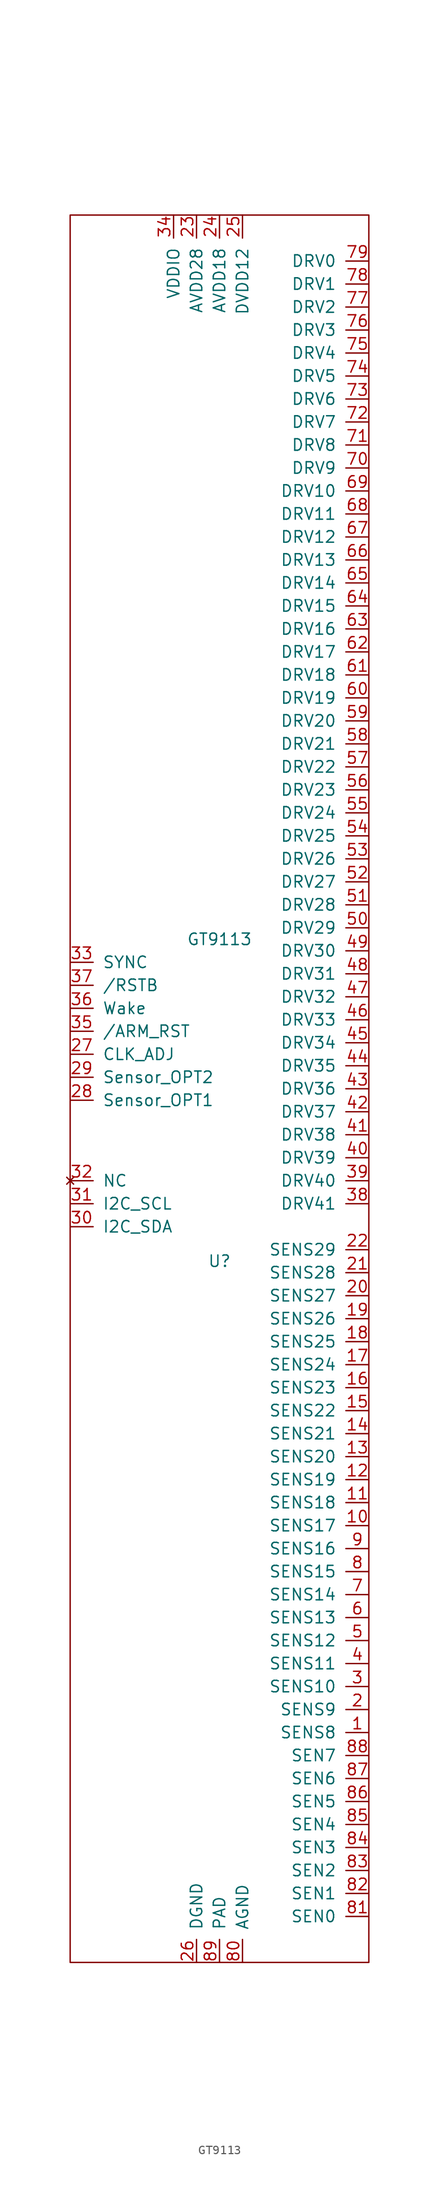
<source format=kicad_sym>
(kicad_symbol_lib
  (version 20211014)
  (generator kicad_symbol_editor)
  (symbol "GT9113"
    (pin_names
      (offset 1.016))
    (property "Reference" "U"
      (at 0 -19.05 0)
      (effects (font (size 1.27 1.27))))
    (property "Value" "GT9113"
      (at 0 16.51 0)
      (effects (font (size 1.27 1.27))))
    (symbol "GT9113_0_0"
      (pin input line (at 16.51 -71.12 180) (length 2.54) (name "SENS8" (effects (font (size 1.27 1.27)))) (number "1" (effects (font (size 1.27 1.27)))))
      (pin input line (at 16.51 -48.26 180) (length 2.54) (name "SENS17" (effects (font (size 1.27 1.27)))) (number "10" (effects (font (size 1.27 1.27)))))
      (pin input line (at 16.51 -45.72 180) (length 2.54) (name "SENS18" (effects (font (size 1.27 1.27)))) (number "11" (effects (font (size 1.27 1.27)))))
      (pin input line (at 16.51 -43.18 180) (length 2.54) (name "SENS19" (effects (font (size 1.27 1.27)))) (number "12" (effects (font (size 1.27 1.27)))))
      (pin input line (at 16.51 -40.64 180) (length 2.54) (name "SENS20" (effects (font (size 1.27 1.27)))) (number "13" (effects (font (size 1.27 1.27)))))
      (pin input line (at 16.51 -38.1 180) (length 2.54) (name "SENS21" (effects (font (size 1.27 1.27)))) (number "14" (effects (font (size 1.27 1.27)))))
      (pin input line (at 16.51 -35.56 180) (length 2.54) (name "SENS22" (effects (font (size 1.27 1.27)))) (number "15" (effects (font (size 1.27 1.27)))))
      (pin input line (at 16.51 -33.02 180) (length 2.54) (name "SENS23" (effects (font (size 1.27 1.27)))) (number "16" (effects (font (size 1.27 1.27)))))
      (pin input line (at 16.51 -30.48 180) (length 2.54) (name "SENS24" (effects (font (size 1.27 1.27)))) (number "17" (effects (font (size 1.27 1.27)))))
      (pin input line (at 16.51 -27.94 180) (length 2.54) (name "SENS25" (effects (font (size 1.27 1.27)))) (number "18" (effects (font (size 1.27 1.27)))))
      (pin input line (at 16.51 -25.4 180) (length 2.54) (name "SENS26" (effects (font (size 1.27 1.27)))) (number "19" (effects (font (size 1.27 1.27)))))
      (pin input line (at 16.51 -68.58 180) (length 2.54) (name "SENS9" (effects (font (size 1.27 1.27)))) (number "2" (effects (font (size 1.27 1.27)))))
      (pin input line (at 16.51 -22.86 180) (length 2.54) (name "SENS27" (effects (font (size 1.27 1.27)))) (number "20" (effects (font (size 1.27 1.27)))))
      (pin input line (at 16.51 -20.32 180) (length 2.54) (name "SENS28" (effects (font (size 1.27 1.27)))) (number "21" (effects (font (size 1.27 1.27)))))
      (pin input line (at 16.51 -17.78 180) (length 2.54) (name "SENS29" (effects (font (size 1.27 1.27)))) (number "22" (effects (font (size 1.27 1.27)))))
      (pin power_in line (at -2.54 96.52 270) (length 2.54) (name "AVDD28" (effects (font (size 1.27 1.27)))) (number "23" (effects (font (size 1.27 1.27)))))
      (pin power_out line (at 0 96.52 270) (length 2.54) (name "AVDD18" (effects (font (size 1.27 1.27)))) (number "24" (effects (font (size 1.27 1.27)))))
      (pin power_out line (at 2.54 96.52 270) (length 2.54) (name "DVDD12" (effects (font (size 1.27 1.27)))) (number "25" (effects (font (size 1.27 1.27)))))
      (pin power_in line (at -2.54 -96.52 90) (length 2.54) (name "DGND" (effects (font (size 1.27 1.27)))) (number "26" (effects (font (size 1.27 1.27)))))
      (pin input line (at -16.51 3.81 0) (length 2.54) (name "CLK_ADJ" (effects (font (size 1.27 1.27)))) (number "27" (effects (font (size 1.27 1.27)))))
      (pin input line (at -16.51 -1.27 0) (length 2.54) (name "Sensor_OPT1" (effects (font (size 1.27 1.27)))) (number "28" (effects (font (size 1.27 1.27)))))
      (pin input line (at -16.51 1.27 0) (length 2.54) (name "Sensor_OPT2" (effects (font (size 1.27 1.27)))) (number "29" (effects (font (size 1.27 1.27)))))
      (pin input line (at 16.51 -66.04 180) (length 2.54) (name "SENS10" (effects (font (size 1.27 1.27)))) (number "3" (effects (font (size 1.27 1.27)))))
      (pin open_collector line (at -16.51 -15.24 0) (length 2.54) (name "I2C_SDA" (effects (font (size 1.27 1.27)))) (number "30" (effects (font (size 1.27 1.27)))))
      (pin open_collector line (at -16.51 -12.7 0) (length 2.54) (name "I2C_SCL" (effects (font (size 1.27 1.27)))) (number "31" (effects (font (size 1.27 1.27)))))
      (pin no_connect line (at -16.51 -10.16 0) (length 2.54) (name "NC" (effects (font (size 1.27 1.27)))) (number "32" (effects (font (size 1.27 1.27)))))
      (pin output line (at -16.51 13.97 0) (length 2.54) (name "SYNC" (effects (font (size 1.27 1.27)))) (number "33" (effects (font (size 1.27 1.27)))))
      (pin power_in line (at -5.08 96.52 270) (length 2.54) (name "VDDIO" (effects (font (size 1.27 1.27)))) (number "34" (effects (font (size 1.27 1.27)))))
      (pin input line (at -16.51 6.35 0) (length 2.54) (name "/ARM_RST" (effects (font (size 1.27 1.27)))) (number "35" (effects (font (size 1.27 1.27)))))
      (pin input line (at -16.51 8.89 0) (length 2.54) (name "Wake" (effects (font (size 1.27 1.27)))) (number "36" (effects (font (size 1.27 1.27)))))
      (pin input line (at -16.51 11.43 0) (length 2.54) (name "/RSTB" (effects (font (size 1.27 1.27)))) (number "37" (effects (font (size 1.27 1.27)))))
      (pin output line (at 16.51 -12.7 180) (length 2.54) (name "DRV41" (effects (font (size 1.27 1.27)))) (number "38" (effects (font (size 1.27 1.27)))))
      (pin output line (at 16.51 -10.16 180) (length 2.54) (name "DRV40" (effects (font (size 1.27 1.27)))) (number "39" (effects (font (size 1.27 1.27)))))
      (pin input line (at 16.51 -63.5 180) (length 2.54) (name "SENS11" (effects (font (size 1.27 1.27)))) (number "4" (effects (font (size 1.27 1.27)))))
      (pin output line (at 16.51 -7.62 180) (length 2.54) (name "DRV39" (effects (font (size 1.27 1.27)))) (number "40" (effects (font (size 1.27 1.27)))))
      (pin output line (at 16.51 -5.08 180) (length 2.54) (name "DRV38" (effects (font (size 1.27 1.27)))) (number "41" (effects (font (size 1.27 1.27)))))
      (pin output line (at 16.51 -2.54 180) (length 2.54) (name "DRV37" (effects (font (size 1.27 1.27)))) (number "42" (effects (font (size 1.27 1.27)))))
      (pin output line (at 16.51 0 180) (length 2.54) (name "DRV36" (effects (font (size 1.27 1.27)))) (number "43" (effects (font (size 1.27 1.27)))))
      (pin output line (at 16.51 2.54 180) (length 2.54) (name "DRV35" (effects (font (size 1.27 1.27)))) (number "44" (effects (font (size 1.27 1.27)))))
      (pin output line (at 16.51 5.08 180) (length 2.54) (name "DRV34" (effects (font (size 1.27 1.27)))) (number "45" (effects (font (size 1.27 1.27)))))
      (pin output line (at 16.51 7.62 180) (length 2.54) (name "DRV33" (effects (font (size 1.27 1.27)))) (number "46" (effects (font (size 1.27 1.27)))))
      (pin output line (at 16.51 10.16 180) (length 2.54) (name "DRV32" (effects (font (size 1.27 1.27)))) (number "47" (effects (font (size 1.27 1.27)))))
      (pin output line (at 16.51 12.7 180) (length 2.54) (name "DRV31" (effects (font (size 1.27 1.27)))) (number "48" (effects (font (size 1.27 1.27)))))
      (pin output line (at 16.51 15.24 180) (length 2.54) (name "DRV30" (effects (font (size 1.27 1.27)))) (number "49" (effects (font (size 1.27 1.27)))))
      (pin input line (at 16.51 -60.96 180) (length 2.54) (name "SENS12" (effects (font (size 1.27 1.27)))) (number "5" (effects (font (size 1.27 1.27)))))
      (pin output line (at 16.51 17.78 180) (length 2.54) (name "DRV29" (effects (font (size 1.27 1.27)))) (number "50" (effects (font (size 1.27 1.27)))))
      (pin output line (at 16.51 20.32 180) (length 2.54) (name "DRV28" (effects (font (size 1.27 1.27)))) (number "51" (effects (font (size 1.27 1.27)))))
      (pin output line (at 16.51 22.86 180) (length 2.54) (name "DRV27" (effects (font (size 1.27 1.27)))) (number "52" (effects (font (size 1.27 1.27)))))
      (pin output line (at 16.51 25.4 180) (length 2.54) (name "DRV26" (effects (font (size 1.27 1.27)))) (number "53" (effects (font (size 1.27 1.27)))))
      (pin output line (at 16.51 27.94 180) (length 2.54) (name "DRV25" (effects (font (size 1.27 1.27)))) (number "54" (effects (font (size 1.27 1.27)))))
      (pin output line (at 16.51 30.48 180) (length 2.54) (name "DRV24" (effects (font (size 1.27 1.27)))) (number "55" (effects (font (size 1.27 1.27)))))
      (pin output line (at 16.51 33.02 180) (length 2.54) (name "DRV23" (effects (font (size 1.27 1.27)))) (number "56" (effects (font (size 1.27 1.27)))))
      (pin output line (at 16.51 35.56 180) (length 2.54) (name "DRV22" (effects (font (size 1.27 1.27)))) (number "57" (effects (font (size 1.27 1.27)))))
      (pin output line (at 16.51 38.1 180) (length 2.54) (name "DRV21" (effects (font (size 1.27 1.27)))) (number "58" (effects (font (size 1.27 1.27)))))
      (pin output line (at 16.51 40.64 180) (length 2.54) (name "DRV20" (effects (font (size 1.27 1.27)))) (number "59" (effects (font (size 1.27 1.27)))))
      (pin input line (at 16.51 -58.42 180) (length 2.54) (name "SENS13" (effects (font (size 1.27 1.27)))) (number "6" (effects (font (size 1.27 1.27)))))
      (pin output line (at 16.51 43.18 180) (length 2.54) (name "DRV19" (effects (font (size 1.27 1.27)))) (number "60" (effects (font (size 1.27 1.27)))))
      (pin output line (at 16.51 45.72 180) (length 2.54) (name "DRV18" (effects (font (size 1.27 1.27)))) (number "61" (effects (font (size 1.27 1.27)))))
      (pin output line (at 16.51 48.26 180) (length 2.54) (name "DRV17" (effects (font (size 1.27 1.27)))) (number "62" (effects (font (size 1.27 1.27)))))
      (pin output line (at 16.51 50.8 180) (length 2.54) (name "DRV16" (effects (font (size 1.27 1.27)))) (number "63" (effects (font (size 1.27 1.27)))))
      (pin output line (at 16.51 53.34 180) (length 2.54) (name "DRV15" (effects (font (size 1.27 1.27)))) (number "64" (effects (font (size 1.27 1.27)))))
      (pin output line (at 16.51 55.88 180) (length 2.54) (name "DRV14" (effects (font (size 1.27 1.27)))) (number "65" (effects (font (size 1.27 1.27)))))
      (pin output line (at 16.51 58.42 180) (length 2.54) (name "DRV13" (effects (font (size 1.27 1.27)))) (number "66" (effects (font (size 1.27 1.27)))))
      (pin output line (at 16.51 60.96 180) (length 2.54) (name "DRV12" (effects (font (size 1.27 1.27)))) (number "67" (effects (font (size 1.27 1.27)))))
      (pin output line (at 16.51 63.5 180) (length 2.54) (name "DRV11" (effects (font (size 1.27 1.27)))) (number "68" (effects (font (size 1.27 1.27)))))
      (pin output line (at 16.51 66.04 180) (length 2.54) (name "DRV10" (effects (font (size 1.27 1.27)))) (number "69" (effects (font (size 1.27 1.27)))))
      (pin input line (at 16.51 -55.88 180) (length 2.54) (name "SENS14" (effects (font (size 1.27 1.27)))) (number "7" (effects (font (size 1.27 1.27)))))
      (pin output line (at 16.51 68.58 180) (length 2.54) (name "DRV9" (effects (font (size 1.27 1.27)))) (number "70" (effects (font (size 1.27 1.27)))))
      (pin output line (at 16.51 71.12 180) (length 2.54) (name "DRV8" (effects (font (size 1.27 1.27)))) (number "71" (effects (font (size 1.27 1.27)))))
      (pin output line (at 16.51 73.66 180) (length 2.54) (name "DRV7" (effects (font (size 1.27 1.27)))) (number "72" (effects (font (size 1.27 1.27)))))
      (pin output line (at 16.51 76.2 180) (length 2.54) (name "DRV6" (effects (font (size 1.27 1.27)))) (number "73" (effects (font (size 1.27 1.27)))))
      (pin output line (at 16.51 78.74 180) (length 2.54) (name "DRV5" (effects (font (size 1.27 1.27)))) (number "74" (effects (font (size 1.27 1.27)))))
      (pin output line (at 16.51 81.28 180) (length 2.54) (name "DRV4" (effects (font (size 1.27 1.27)))) (number "75" (effects (font (size 1.27 1.27)))))
      (pin output line (at 16.51 83.82 180) (length 2.54) (name "DRV3" (effects (font (size 1.27 1.27)))) (number "76" (effects (font (size 1.27 1.27)))))
      (pin output line (at 16.51 86.36 180) (length 2.54) (name "DRV2" (effects (font (size 1.27 1.27)))) (number "77" (effects (font (size 1.27 1.27)))))
      (pin output line (at 16.51 88.9 180) (length 2.54) (name "DRV1" (effects (font (size 1.27 1.27)))) (number "78" (effects (font (size 1.27 1.27)))))
      (pin output line (at 16.51 91.44 180) (length 2.54) (name "DRV0" (effects (font (size 1.27 1.27)))) (number "79" (effects (font (size 1.27 1.27)))))
      (pin input line (at 16.51 -53.34 180) (length 2.54) (name "SENS15" (effects (font (size 1.27 1.27)))) (number "8" (effects (font (size 1.27 1.27)))))
      (pin power_in line (at 2.54 -96.52 90) (length 2.54) (name "AGND" (effects (font (size 1.27 1.27)))) (number "80" (effects (font (size 1.27 1.27)))))
      (pin input line (at 16.51 -91.44 180) (length 2.54) (name "SEN0" (effects (font (size 1.27 1.27)))) (number "81" (effects (font (size 1.27 1.27)))))
      (pin input line (at 16.51 -88.9 180) (length 2.54) (name "SEN1" (effects (font (size 1.27 1.27)))) (number "82" (effects (font (size 1.27 1.27)))))
      (pin input line (at 16.51 -86.36 180) (length 2.54) (name "SEN2" (effects (font (size 1.27 1.27)))) (number "83" (effects (font (size 1.27 1.27)))))
      (pin input line (at 16.51 -83.82 180) (length 2.54) (name "SEN3" (effects (font (size 1.27 1.27)))) (number "84" (effects (font (size 1.27 1.27)))))
      (pin input line (at 16.51 -81.28 180) (length 2.54) (name "SEN4" (effects (font (size 1.27 1.27)))) (number "85" (effects (font (size 1.27 1.27)))))
      (pin input line (at 16.51 -78.74 180) (length 2.54) (name "SEN5" (effects (font (size 1.27 1.27)))) (number "86" (effects (font (size 1.27 1.27)))))
      (pin input line (at 16.51 -76.2 180) (length 2.54) (name "SEN6" (effects (font (size 1.27 1.27)))) (number "87" (effects (font (size 1.27 1.27)))))
      (pin input line (at 16.51 -73.66 180) (length 2.54) (name "SEN7" (effects (font (size 1.27 1.27)))) (number "88" (effects (font (size 1.27 1.27)))))
      (pin input line (at 16.51 -50.8 180) (length 2.54) (name "SENS16" (effects (font (size 1.27 1.27)))) (number "9" (effects (font (size 1.27 1.27))))))
    (symbol "GT9113_0_1"
      (rectangle (start -16.51 96.52) (end 16.51 -96.52) (stroke (width 0) (type default) (color 0 0 0 0)) (fill (type none))))
    (symbol "GT9113_1_1"
      (pin power_in line (at 0 -96.52 90) (length 2.54) (name "PAD" (effects (font (size 1.27 1.27)))) (number "89" (effects (font (size 1.27 1.27))))))))
</source>
